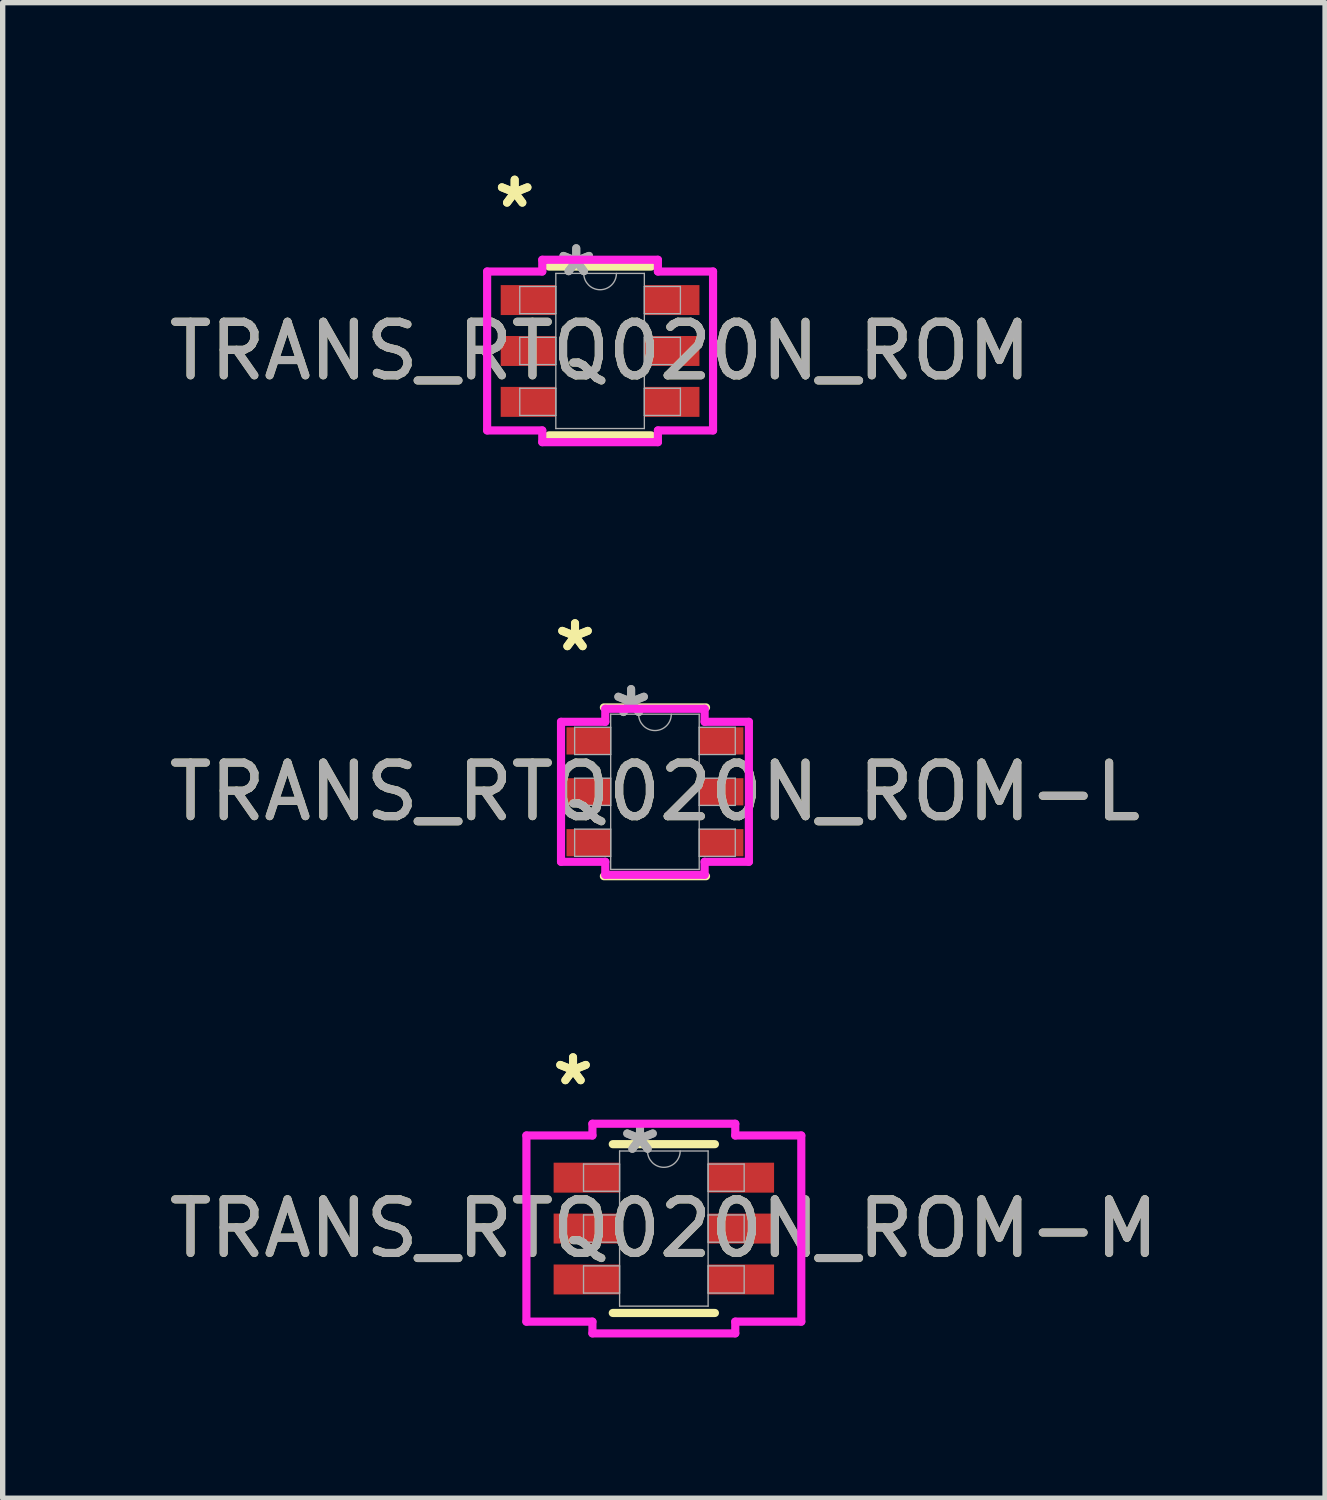
<source format=kicad_pcb>
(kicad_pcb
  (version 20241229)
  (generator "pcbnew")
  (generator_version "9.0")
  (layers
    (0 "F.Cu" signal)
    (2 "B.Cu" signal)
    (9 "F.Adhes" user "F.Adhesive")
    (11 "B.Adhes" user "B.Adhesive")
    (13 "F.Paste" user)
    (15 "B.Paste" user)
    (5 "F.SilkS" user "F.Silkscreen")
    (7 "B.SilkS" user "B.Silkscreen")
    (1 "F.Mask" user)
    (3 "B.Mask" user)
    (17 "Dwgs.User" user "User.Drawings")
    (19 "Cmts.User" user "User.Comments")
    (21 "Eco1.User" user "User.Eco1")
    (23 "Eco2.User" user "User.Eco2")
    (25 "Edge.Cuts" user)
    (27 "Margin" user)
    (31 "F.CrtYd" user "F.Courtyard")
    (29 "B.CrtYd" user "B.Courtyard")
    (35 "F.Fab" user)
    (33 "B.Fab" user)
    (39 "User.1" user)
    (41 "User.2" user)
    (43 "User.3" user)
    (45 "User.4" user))
  (footprint "TRANS_RTQ020N_ROM-M"
    (layer "F.Cu")
    (at 9.339 19.878)
    (property "Reference" "TRANS_RTQ020N_ROM-M" (at 0 0 0) (unlocked yes) (layer "F.SilkS") (effects (font (size 1 1) (thickness 0.15))))
    (attr smd)
    (fp_line (start -0.953 1.575) (end 0.953 1.575) (stroke (width 0.152) (type solid)) (layer "F.SilkS"))
    (fp_line (start 0.953 -1.575) (end -0.953 -1.575) (stroke (width 0.152) (type solid)) (layer "F.SilkS"))
    (fp_line (start -2.565 -1.737) (end -1.333 -1.737) (stroke (width 0.152) (type solid)) (layer "F.CrtYd"))
    (fp_line (start -2.565 1.737) (end -2.565 -1.737) (stroke (width 0.152) (type solid)) (layer "F.CrtYd"))
    (fp_line (start -2.565 1.737) (end -1.333 1.737) (stroke (width 0.152) (type solid)) (layer "F.CrtYd"))
    (fp_line (start -1.333 -1.956) (end 1.333 -1.956) (stroke (width 0.152) (type solid)) (layer "F.CrtYd"))
    (fp_line (start -1.333 -1.737) (end -1.333 -1.956) (stroke (width 0.152) (type solid)) (layer "F.CrtYd"))
    (fp_line (start -1.333 1.956) (end -1.333 1.737) (stroke (width 0.152) (type solid)) (layer "F.CrtYd"))
    (fp_line (start 1.333 -1.956) (end 1.333 -1.737) (stroke (width 0.152) (type solid)) (layer "F.CrtYd"))
    (fp_line (start 1.333 1.737) (end 1.333 1.956) (stroke (width 0.152) (type solid)) (layer "F.CrtYd"))
    (fp_line (start 1.333 1.956) (end -1.333 1.956) (stroke (width 0.152) (type solid)) (layer "F.CrtYd"))
    (fp_line (start 2.565 -1.737) (end 1.333 -1.737) (stroke (width 0.152) (type solid)) (layer "F.CrtYd"))
    (fp_line (start 2.565 -1.737) (end 2.565 1.737) (stroke (width 0.152) (type solid)) (layer "F.CrtYd"))
    (fp_line (start 2.565 1.737) (end 1.333 1.737) (stroke (width 0.152) (type solid)) (layer "F.CrtYd"))
    (fp_line (start -1.499 -1.204) (end -1.499 -0.696) (stroke (width 0.025) (type solid)) (layer "F.Fab"))
    (fp_line (start -1.499 -0.696) (end -0.826 -0.696) (stroke (width 0.025) (type solid)) (layer "F.Fab"))
    (fp_line (start -1.499 -0.254) (end -1.499 0.254) (stroke (width 0.025) (type solid)) (layer "F.Fab"))
    (fp_line (start -1.499 0.254) (end -0.826 0.254) (stroke (width 0.025) (type solid)) (layer "F.Fab"))
    (fp_line (start -1.499 0.696) (end -1.499 1.204) (stroke (width 0.025) (type solid)) (layer "F.Fab"))
    (fp_line (start -1.499 1.204) (end -0.826 1.204) (stroke (width 0.025) (type solid)) (layer "F.Fab"))
    (fp_line (start -0.826 -1.448) (end -0.826 1.448) (stroke (width 0.025) (type solid)) (layer "F.Fab"))
    (fp_line (start -0.826 -1.204) (end -1.499 -1.204) (stroke (width 0.025) (type solid)) (layer "F.Fab"))
    (fp_line (start -0.826 -0.696) (end -0.826 -1.204) (stroke (width 0.025) (type solid)) (layer "F.Fab"))
    (fp_line (start -0.826 -0.254) (end -1.499 -0.254) (stroke (width 0.025) (type solid)) (layer "F.Fab"))
    (fp_line (start -0.826 0.254) (end -0.826 -0.254) (stroke (width 0.025) (type solid)) (layer "F.Fab"))
    (fp_line (start -0.826 0.696) (end -1.499 0.696) (stroke (width 0.025) (type solid)) (layer "F.Fab"))
    (fp_line (start -0.826 1.204) (end -0.826 0.696) (stroke (width 0.025) (type solid)) (layer "F.Fab"))
    (fp_line (start -0.826 1.448) (end 0.826 1.448) (stroke (width 0.025) (type solid)) (layer "F.Fab"))
    (fp_line (start 0.826 -1.448) (end -0.826 -1.448) (stroke (width 0.025) (type solid)) (layer "F.Fab"))
    (fp_line (start 0.826 -1.204) (end 0.826 -0.696) (stroke (width 0.025) (type solid)) (layer "F.Fab"))
    (fp_line (start 0.826 -0.696) (end 1.499 -0.696) (stroke (width 0.025) (type solid)) (layer "F.Fab"))
    (fp_line (start 0.826 -0.254) (end 0.826 0.254) (stroke (width 0.025) (type solid)) (layer "F.Fab"))
    (fp_line (start 0.826 0.254) (end 1.499 0.254) (stroke (width 0.025) (type solid)) (layer "F.Fab"))
    (fp_line (start 0.826 0.696) (end 0.826 1.204) (stroke (width 0.025) (type solid)) (layer "F.Fab"))
    (fp_line (start 0.826 1.204) (end 1.499 1.204) (stroke (width 0.025) (type solid)) (layer "F.Fab"))
    (fp_line (start 0.826 1.448) (end 0.826 -1.448) (stroke (width 0.025) (type solid)) (layer "F.Fab"))
    (fp_line (start 1.499 -1.204) (end 0.826 -1.204) (stroke (width 0.025) (type solid)) (layer "F.Fab"))
    (fp_line (start 1.499 -0.696) (end 1.499 -1.204) (stroke (width 0.025) (type solid)) (layer "F.Fab"))
    (fp_line (start 1.499 -0.254) (end 0.826 -0.254) (stroke (width 0.025) (type solid)) (layer "F.Fab"))
    (fp_line (start 1.499 0.254) (end 1.499 -0.254) (stroke (width 0.025) (type solid)) (layer "F.Fab"))
    (fp_line (start 1.499 0.696) (end 0.826 0.696) (stroke (width 0.025) (type solid)) (layer "F.Fab"))
    (fp_line (start 1.499 1.204) (end 1.499 0.696) (stroke (width 0.025) (type solid)) (layer "F.Fab"))
    (fp_arc (start 0.3048 -1.4478) (mid 0 -1.143) (end -0.3048 -1.4478) (stroke (width 0.0254) (type solid)) (layer "F.Fab"))
    (fp_text user "*" (at -1.695 -2.652 0) (layer "F.SilkS") (effects (font (size 1 1) (thickness 0.15))))
    (fp_text user "*" (at -1.695 -2.652 0) (unlocked yes) (layer "F.SilkS") (effects (font (size 1 1) (thickness 0.15))))
    (fp_text user "*" (at -0.445 -1.372 0) (layer "F.Fab") (effects (font (size 1 1) (thickness 0.15))))
    (fp_text user "*" (at -0.445 -1.372 0) (unlocked yes) (layer "F.Fab") (effects (font (size 1 1) (thickness 0.15))))
    (fp_text user "${REFERENCE}" (at 0 0 0) (unlocked yes) (layer "F.Fab") (effects (font (size 1 1) (thickness 0.15))))
    (pad "1" smd rect (at -1.441 -0.95) (size 1.232 0.559) (layers "F.Cu" "F.Mask" "F.Paste"))
    (pad "2" smd rect (at -1.441 0) (size 1.232 0.559) (layers "F.Cu" "F.Mask" "F.Paste"))
    (pad "3" smd rect (at -1.441 0.95) (size 1.232 0.559) (layers "F.Cu" "F.Mask" "F.Paste"))
    (pad "4" smd rect (at 1.441 0.95) (size 1.232 0.559) (layers "F.Cu" "F.Mask" "F.Paste"))
    (pad "5" smd rect (at 1.441 0) (size 1.232 0.559) (layers "F.Cu" "F.Mask" "F.Paste"))
    (pad "6" smd rect (at 1.441 -0.95) (size 1.232 0.559) (layers "F.Cu" "F.Mask" "F.Paste")))
  (footprint "TRANS_RTQ020N_ROM-L"
    (layer "F.Cu")
    (at 9.173 11.727)
    (property "Reference" "TRANS_RTQ020N_ROM-L" (at 0 0 0) (unlocked yes) (layer "F.SilkS") (effects (font (size 1 1) (thickness 0.15))))
    (attr smd)
    (fp_line (start -0.953 1.575) (end 0.953 1.575) (stroke (width 0.152) (type solid)) (layer "F.SilkS"))
    (fp_line (start 0.953 -1.575) (end -0.953 -1.575) (stroke (width 0.152) (type solid)) (layer "F.SilkS"))
    (fp_line (start -1.753 -1.306) (end -0.927 -1.306) (stroke (width 0.152) (type solid)) (layer "F.CrtYd"))
    (fp_line (start -1.753 1.306) (end -1.753 -1.306) (stroke (width 0.152) (type solid)) (layer "F.CrtYd"))
    (fp_line (start -1.753 1.306) (end -0.927 1.306) (stroke (width 0.152) (type solid)) (layer "F.CrtYd"))
    (fp_line (start -0.927 -1.549) (end 0.927 -1.549) (stroke (width 0.152) (type solid)) (layer "F.CrtYd"))
    (fp_line (start -0.927 -1.306) (end -0.927 -1.549) (stroke (width 0.152) (type solid)) (layer "F.CrtYd"))
    (fp_line (start -0.927 1.549) (end -0.927 1.306) (stroke (width 0.152) (type solid)) (layer "F.CrtYd"))
    (fp_line (start 0.927 -1.549) (end 0.927 -1.306) (stroke (width 0.152) (type solid)) (layer "F.CrtYd"))
    (fp_line (start 0.927 1.306) (end 0.927 1.549) (stroke (width 0.152) (type solid)) (layer "F.CrtYd"))
    (fp_line (start 0.927 1.549) (end -0.927 1.549) (stroke (width 0.152) (type solid)) (layer "F.CrtYd"))
    (fp_line (start 1.753 -1.306) (end 0.927 -1.306) (stroke (width 0.152) (type solid)) (layer "F.CrtYd"))
    (fp_line (start 1.753 -1.306) (end 1.753 1.306) (stroke (width 0.152) (type solid)) (layer "F.CrtYd"))
    (fp_line (start 1.753 1.306) (end 0.927 1.306) (stroke (width 0.152) (type solid)) (layer "F.CrtYd"))
    (fp_line (start -1.499 -1.204) (end -1.499 -0.696) (stroke (width 0.025) (type solid)) (layer "F.Fab"))
    (fp_line (start -1.499 -0.696) (end -0.826 -0.696) (stroke (width 0.025) (type solid)) (layer "F.Fab"))
    (fp_line (start -1.499 -0.254) (end -1.499 0.254) (stroke (width 0.025) (type solid)) (layer "F.Fab"))
    (fp_line (start -1.499 0.254) (end -0.826 0.254) (stroke (width 0.025) (type solid)) (layer "F.Fab"))
    (fp_line (start -1.499 0.696) (end -1.499 1.204) (stroke (width 0.025) (type solid)) (layer "F.Fab"))
    (fp_line (start -1.499 1.204) (end -0.826 1.204) (stroke (width 0.025) (type solid)) (layer "F.Fab"))
    (fp_line (start -0.826 -1.448) (end -0.826 1.448) (stroke (width 0.025) (type solid)) (layer "F.Fab"))
    (fp_line (start -0.826 -1.204) (end -1.499 -1.204) (stroke (width 0.025) (type solid)) (layer "F.Fab"))
    (fp_line (start -0.826 -0.696) (end -0.826 -1.204) (stroke (width 0.025) (type solid)) (layer "F.Fab"))
    (fp_line (start -0.826 -0.254) (end -1.499 -0.254) (stroke (width 0.025) (type solid)) (layer "F.Fab"))
    (fp_line (start -0.826 0.254) (end -0.826 -0.254) (stroke (width 0.025) (type solid)) (layer "F.Fab"))
    (fp_line (start -0.826 0.696) (end -1.499 0.696) (stroke (width 0.025) (type solid)) (layer "F.Fab"))
    (fp_line (start -0.826 1.204) (end -0.826 0.696) (stroke (width 0.025) (type solid)) (layer "F.Fab"))
    (fp_line (start -0.826 1.448) (end 0.826 1.448) (stroke (width 0.025) (type solid)) (layer "F.Fab"))
    (fp_line (start 0.826 -1.448) (end -0.826 -1.448) (stroke (width 0.025) (type solid)) (layer "F.Fab"))
    (fp_line (start 0.826 -1.204) (end 0.826 -0.696) (stroke (width 0.025) (type solid)) (layer "F.Fab"))
    (fp_line (start 0.826 -0.696) (end 1.499 -0.696) (stroke (width 0.025) (type solid)) (layer "F.Fab"))
    (fp_line (start 0.826 -0.254) (end 0.826 0.254) (stroke (width 0.025) (type solid)) (layer "F.Fab"))
    (fp_line (start 0.826 0.254) (end 1.499 0.254) (stroke (width 0.025) (type solid)) (layer "F.Fab"))
    (fp_line (start 0.826 0.696) (end 0.826 1.204) (stroke (width 0.025) (type solid)) (layer "F.Fab"))
    (fp_line (start 0.826 1.204) (end 1.499 1.204) (stroke (width 0.025) (type solid)) (layer "F.Fab"))
    (fp_line (start 0.826 1.448) (end 0.826 -1.448) (stroke (width 0.025) (type solid)) (layer "F.Fab"))
    (fp_line (start 1.499 -1.204) (end 0.826 -1.204) (stroke (width 0.025) (type solid)) (layer "F.Fab"))
    (fp_line (start 1.499 -0.696) (end 1.499 -1.204) (stroke (width 0.025) (type solid)) (layer "F.Fab"))
    (fp_line (start 1.499 -0.254) (end 0.826 -0.254) (stroke (width 0.025) (type solid)) (layer "F.Fab"))
    (fp_line (start 1.499 0.254) (end 1.499 -0.254) (stroke (width 0.025) (type solid)) (layer "F.Fab"))
    (fp_line (start 1.499 0.696) (end 0.826 0.696) (stroke (width 0.025) (type solid)) (layer "F.Fab"))
    (fp_line (start 1.499 1.204) (end 1.499 0.696) (stroke (width 0.025) (type solid)) (layer "F.Fab"))
    (fp_arc (start 0.3048 -1.4478) (mid 0 -1.143) (end -0.3048 -1.4478) (stroke (width 0.0254) (type solid)) (layer "F.Fab"))
    (fp_text user "*" (at -1.492 -2.601 0) (layer "F.SilkS") (effects (font (size 1 1) (thickness 0.15))))
    (fp_text user "*" (at -1.492 -2.601 0) (unlocked yes) (layer "F.SilkS") (effects (font (size 1 1) (thickness 0.15))))
    (fp_text user "*" (at -0.445 -1.372 0) (unlocked yes) (layer "F.Fab") (effects (font (size 1 1) (thickness 0.15))))
    (fp_text user "*" (at -0.445 -1.372 0) (layer "F.Fab") (effects (font (size 1 1) (thickness 0.15))))
    (fp_text user "${REFERENCE}" (at 0 0 0) (unlocked yes) (layer "F.Fab") (effects (font (size 1 1) (thickness 0.15))))
    (pad "1" smd rect (at -1.238 -0.95) (size 0.826 0.508) (layers "F.Cu" "F.Mask" "F.Paste"))
    (pad "2" smd rect (at -1.238 0) (size 0.826 0.508) (layers "F.Cu" "F.Mask" "F.Paste"))
    (pad "3" smd rect (at -1.238 0.95) (size 0.826 0.508) (layers "F.Cu" "F.Mask" "F.Paste"))
    (pad "4" smd rect (at 1.238 0.95) (size 0.826 0.508) (layers "F.Cu" "F.Mask" "F.Paste"))
    (pad "5" smd rect (at 1.238 0) (size 0.826 0.508) (layers "F.Cu" "F.Mask" "F.Paste"))
    (pad "6" smd rect (at 1.238 -0.95) (size 0.826 0.508) (layers "F.Cu" "F.Mask" "F.Paste")))
  (footprint "TRANS_RTQ020N_ROM"
    (layer "F.Cu")
    (at 8.149 3.5)
    (property "Reference" "TRANS_RTQ020N_ROM" (at 0 0 0) (unlocked yes) (layer "F.SilkS") (effects (font (size 1 1) (thickness 0.15))))
    (attr smd)
    (fp_line (start -0.953 1.575) (end 0.953 1.575) (stroke (width 0.152) (type solid)) (layer "F.SilkS"))
    (fp_line (start 0.953 -1.575) (end -0.953 -1.575) (stroke (width 0.152) (type solid)) (layer "F.SilkS"))
    (fp_line (start -2.108 -1.483) (end -1.079 -1.483) (stroke (width 0.152) (type solid)) (layer "F.CrtYd"))
    (fp_line (start -2.108 1.483) (end -2.108 -1.483) (stroke (width 0.152) (type solid)) (layer "F.CrtYd"))
    (fp_line (start -2.108 1.483) (end -1.079 1.483) (stroke (width 0.152) (type solid)) (layer "F.CrtYd"))
    (fp_line (start -1.079 -1.702) (end 1.079 -1.702) (stroke (width 0.152) (type solid)) (layer "F.CrtYd"))
    (fp_line (start -1.079 -1.483) (end -1.079 -1.702) (stroke (width 0.152) (type solid)) (layer "F.CrtYd"))
    (fp_line (start -1.079 1.702) (end -1.079 1.483) (stroke (width 0.152) (type solid)) (layer "F.CrtYd"))
    (fp_line (start 1.079 -1.702) (end 1.079 -1.483) (stroke (width 0.152) (type solid)) (layer "F.CrtYd"))
    (fp_line (start 1.079 1.483) (end 1.079 1.702) (stroke (width 0.152) (type solid)) (layer "F.CrtYd"))
    (fp_line (start 1.079 1.702) (end -1.079 1.702) (stroke (width 0.152) (type solid)) (layer "F.CrtYd"))
    (fp_line (start 2.108 -1.483) (end 1.079 -1.483) (stroke (width 0.152) (type solid)) (layer "F.CrtYd"))
    (fp_line (start 2.108 -1.483) (end 2.108 1.483) (stroke (width 0.152) (type solid)) (layer "F.CrtYd"))
    (fp_line (start 2.108 1.483) (end 1.079 1.483) (stroke (width 0.152) (type solid)) (layer "F.CrtYd"))
    (fp_line (start -1.499 -1.204) (end -1.499 -0.696) (stroke (width 0.025) (type solid)) (layer "F.Fab"))
    (fp_line (start -1.499 -0.696) (end -0.826 -0.696) (stroke (width 0.025) (type solid)) (layer "F.Fab"))
    (fp_line (start -1.499 -0.254) (end -1.499 0.254) (stroke (width 0.025) (type solid)) (layer "F.Fab"))
    (fp_line (start -1.499 0.254) (end -0.826 0.254) (stroke (width 0.025) (type solid)) (layer "F.Fab"))
    (fp_line (start -1.499 0.696) (end -1.499 1.204) (stroke (width 0.025) (type solid)) (layer "F.Fab"))
    (fp_line (start -1.499 1.204) (end -0.826 1.204) (stroke (width 0.025) (type solid)) (layer "F.Fab"))
    (fp_line (start -0.826 -1.448) (end -0.826 1.448) (stroke (width 0.025) (type solid)) (layer "F.Fab"))
    (fp_line (start -0.826 -1.204) (end -1.499 -1.204) (stroke (width 0.025) (type solid)) (layer "F.Fab"))
    (fp_line (start -0.826 -0.696) (end -0.826 -1.204) (stroke (width 0.025) (type solid)) (layer "F.Fab"))
    (fp_line (start -0.826 -0.254) (end -1.499 -0.254) (stroke (width 0.025) (type solid)) (layer "F.Fab"))
    (fp_line (start -0.826 0.254) (end -0.826 -0.254) (stroke (width 0.025) (type solid)) (layer "F.Fab"))
    (fp_line (start -0.826 0.696) (end -1.499 0.696) (stroke (width 0.025) (type solid)) (layer "F.Fab"))
    (fp_line (start -0.826 1.204) (end -0.826 0.696) (stroke (width 0.025) (type solid)) (layer "F.Fab"))
    (fp_line (start -0.826 1.448) (end 0.826 1.448) (stroke (width 0.025) (type solid)) (layer "F.Fab"))
    (fp_line (start 0.826 -1.448) (end -0.826 -1.448) (stroke (width 0.025) (type solid)) (layer "F.Fab"))
    (fp_line (start 0.826 -1.204) (end 0.826 -0.696) (stroke (width 0.025) (type solid)) (layer "F.Fab"))
    (fp_line (start 0.826 -0.696) (end 1.499 -0.696) (stroke (width 0.025) (type solid)) (layer "F.Fab"))
    (fp_line (start 0.826 -0.254) (end 0.826 0.254) (stroke (width 0.025) (type solid)) (layer "F.Fab"))
    (fp_line (start 0.826 0.254) (end 1.499 0.254) (stroke (width 0.025) (type solid)) (layer "F.Fab"))
    (fp_line (start 0.826 0.696) (end 0.826 1.204) (stroke (width 0.025) (type solid)) (layer "F.Fab"))
    (fp_line (start 0.826 1.204) (end 1.499 1.204) (stroke (width 0.025) (type solid)) (layer "F.Fab"))
    (fp_line (start 0.826 1.448) (end 0.826 -1.448) (stroke (width 0.025) (type solid)) (layer "F.Fab"))
    (fp_line (start 1.499 -1.204) (end 0.826 -1.204) (stroke (width 0.025) (type solid)) (layer "F.Fab"))
    (fp_line (start 1.499 -0.696) (end 1.499 -1.204) (stroke (width 0.025) (type solid)) (layer "F.Fab"))
    (fp_line (start 1.499 -0.254) (end 0.826 -0.254) (stroke (width 0.025) (type solid)) (layer "F.Fab"))
    (fp_line (start 1.499 0.254) (end 1.499 -0.254) (stroke (width 0.025) (type solid)) (layer "F.Fab"))
    (fp_line (start 1.499 0.696) (end 0.826 0.696) (stroke (width 0.025) (type solid)) (layer "F.Fab"))
    (fp_line (start 1.499 1.204) (end 1.499 0.696) (stroke (width 0.025) (type solid)) (layer "F.Fab"))
    (fp_arc (start 0.3048 -1.4478) (mid 0 -1.143) (end -0.3048 -1.4478) (stroke (width 0.0254) (type solid)) (layer "F.Fab"))
    (fp_text user "*" (at -1.594 -2.652 0) (layer "F.SilkS") (effects (font (size 1 1) (thickness 0.15))))
    (fp_text user "*" (at -1.594 -2.652 0) (unlocked yes) (layer "F.SilkS") (effects (font (size 1 1) (thickness 0.15))))
    (fp_text user "*" (at -0.445 -1.372 0) (layer "F.Fab") (effects (font (size 1 1) (thickness 0.15))))
    (fp_text user "${REFERENCE}" (at 0 0 0) (unlocked yes) (layer "F.Fab") (effects (font (size 1 1) (thickness 0.15))))
    (fp_text user "*" (at -0.445 -1.372 0) (unlocked yes) (layer "F.Fab") (effects (font (size 1 1) (thickness 0.15))))
    (pad "1" smd rect (at -1.34 -0.95) (size 1.029 0.559) (layers "F.Cu" "F.Mask" "F.Paste"))
    (pad "2" smd rect (at -1.34 0) (size 1.029 0.559) (layers "F.Cu" "F.Mask" "F.Paste"))
    (pad "3" smd rect (at -1.34 0.95) (size 1.029 0.559) (layers "F.Cu" "F.Mask" "F.Paste"))
    (pad "4" smd rect (at 1.34 0.95) (size 1.029 0.559) (layers "F.Cu" "F.Mask" "F.Paste"))
    (pad "5" smd rect (at 1.34 0) (size 1.029 0.559) (layers "F.Cu" "F.Mask" "F.Paste"))
    (pad "6" smd rect (at 1.34 -0.95) (size 1.029 0.559) (layers "F.Cu" "F.Mask" "F.Paste")))
  (gr_rect
    (start -3 -3)
    (end 21.679 24.91)
    (stroke (width 0.1) (type default))
    (fill no)
    (layer "Edge.Cuts")))
</source>
